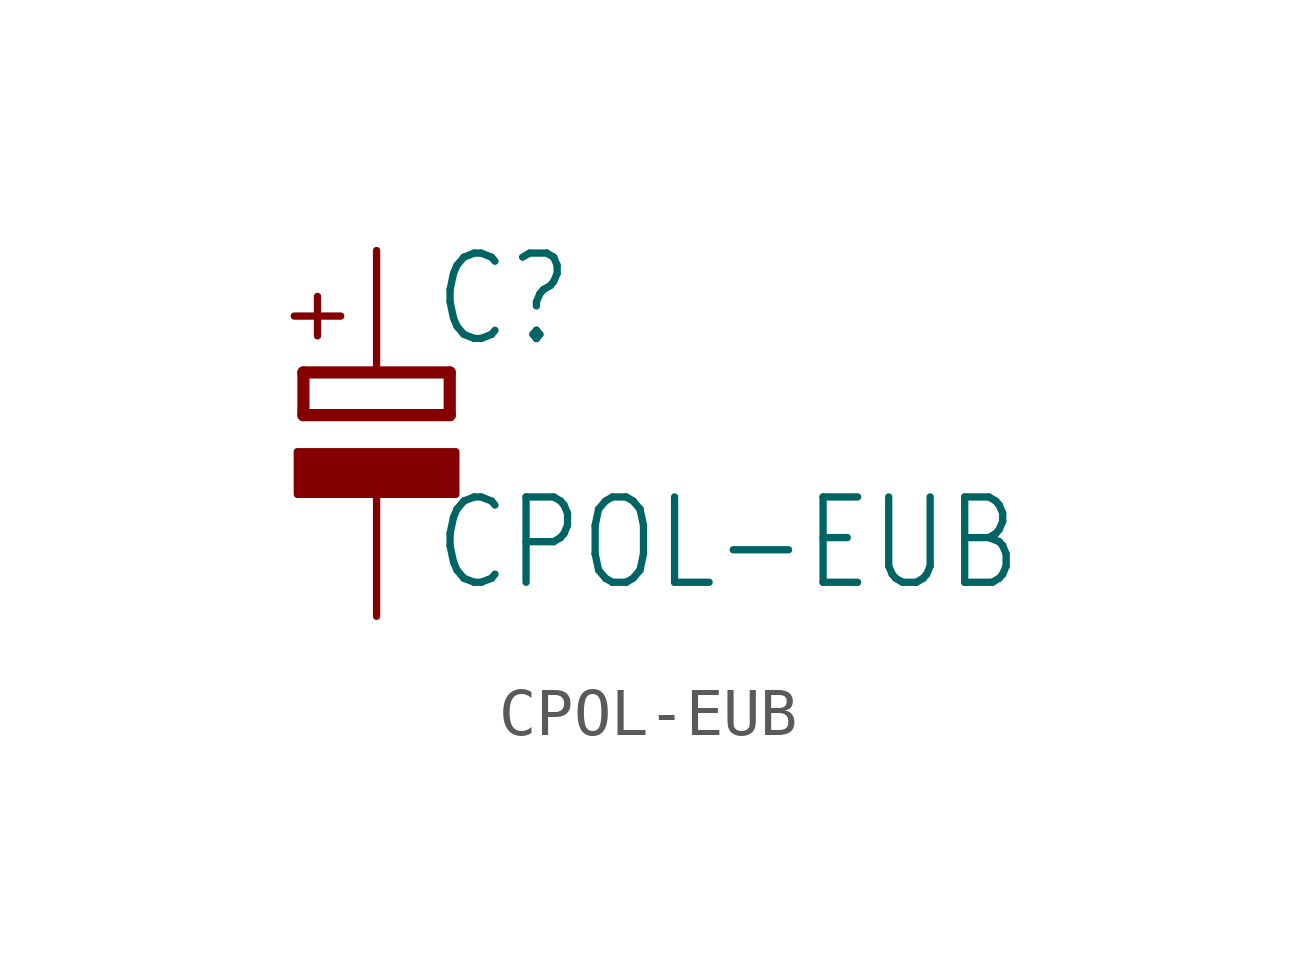
<source format=kicad_sym>
(kicad_symbol_lib
  (version 20211014)
  (generator kicad_symbol_editor)
  (symbol "CPOL-EUB"
    (property "Reference" "C"
      (at 1.143 0.483 0)
      (effects (font (size 1.778 1.511)) (justify left bottom)))
    (property "Value" "CPOL-EUB"
      (at 1.143 -4.597 0)
      (effects (font (size 1.778 1.511)) (justify left bottom)))
    (property "ki_locked" ""
      (at 0 0 0)
      (effects (font (size 1.27 1.27))))
    (symbol "CPOL-EUB_1_0"
      (rectangle (start -1.651 -2.54) (end 1.651 -1.651) (stroke (width 0) (type default) (color 0 0 0 0)) (fill (type outline)))
      (polyline (pts (xy -1.524 -0.889) (xy 1.524 -0.889)) (stroke (width 0.254) (type default) (color 0 0 0 0)) (fill (type none)))
      (polyline (pts (xy -1.524 0) (xy -1.524 -0.889)) (stroke (width 0.254) (type default) (color 0 0 0 0)) (fill (type none)))
      (polyline (pts (xy -1.524 0) (xy 1.524 0)) (stroke (width 0.254) (type default) (color 0 0 0 0)) (fill (type none)))
      (polyline (pts (xy 1.524 -0.889) (xy 1.524 0)) (stroke (width 0.254) (type default) (color 0 0 0 0)) (fill (type none)))
      (text "+" (at -0.584 0.406 900) (effects (font (size 1.27 1.079)) (justify left bottom)))
      (pin passive line (at 0 2.54 270) (length 2.54) (name "+" (effects (font (size 0 0)))) (number "+" (effects (font (size 0 0)))))
      (pin passive line (at 0 -5.08 90) (length 2.54) (name "-" (effects (font (size 0 0)))) (number "-" (effects (font (size 0 0))))))))
</source>
